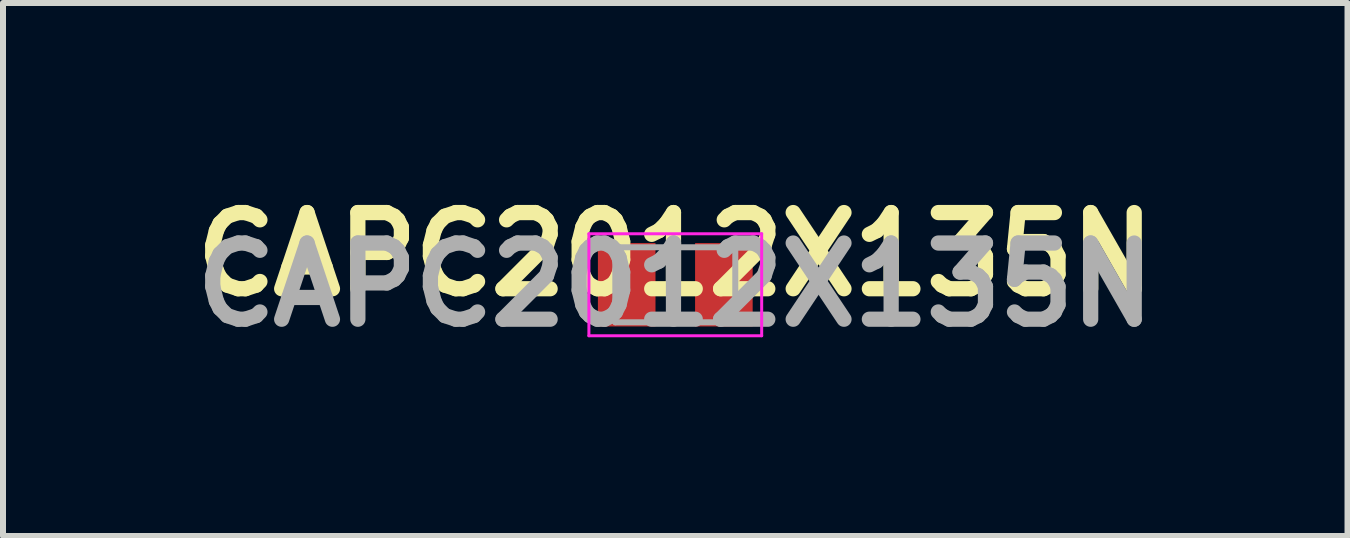
<source format=kicad_pcb>
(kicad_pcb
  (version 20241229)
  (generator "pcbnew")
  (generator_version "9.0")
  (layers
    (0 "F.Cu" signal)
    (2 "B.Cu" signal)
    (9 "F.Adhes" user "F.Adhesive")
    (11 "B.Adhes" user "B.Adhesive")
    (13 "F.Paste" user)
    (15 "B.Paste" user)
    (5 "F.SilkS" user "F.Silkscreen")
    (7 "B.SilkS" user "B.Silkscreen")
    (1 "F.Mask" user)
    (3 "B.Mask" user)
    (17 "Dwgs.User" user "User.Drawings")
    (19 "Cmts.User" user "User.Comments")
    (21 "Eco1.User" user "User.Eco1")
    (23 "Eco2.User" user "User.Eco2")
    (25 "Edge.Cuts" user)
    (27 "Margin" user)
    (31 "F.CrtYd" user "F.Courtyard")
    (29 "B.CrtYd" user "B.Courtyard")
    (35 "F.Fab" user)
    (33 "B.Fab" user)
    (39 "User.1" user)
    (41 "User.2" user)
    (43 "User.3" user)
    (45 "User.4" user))
  (footprint "CAPC2012X135N"
    (layer "F.Cu")
    (at 8.207 1.697)
    (property "Reference" "CAPC2012X135N" (at 0 -0.508 0) (layer "F.SilkS") (effects (font (size 1.27 1.27) (thickness 0.254))))
    (attr smd)
    (fp_line (start -1.44 -0.85) (end 1.44 -0.85) (stroke (width 0.05) (type solid)) (layer "F.CrtYd"))
    (fp_line (start -1.44 0.85) (end -1.44 -0.85) (stroke (width 0.05) (type solid)) (layer "F.CrtYd"))
    (fp_line (start 1.44 -0.85) (end 1.44 0.85) (stroke (width 0.05) (type solid)) (layer "F.CrtYd"))
    (fp_line (start 1.44 0.85) (end -1.44 0.85) (stroke (width 0.05) (type solid)) (layer "F.CrtYd"))
    (fp_line (start -1 -0.625) (end 1 -0.625) (stroke (width 0.1) (type solid)) (layer "F.Fab"))
    (fp_line (start -1 0.625) (end -1 -0.625) (stroke (width 0.1) (type solid)) (layer "F.Fab"))
    (fp_line (start 1 -0.625) (end 1 0.625) (stroke (width 0.1) (type solid)) (layer "F.Fab"))
    (fp_line (start 1 0.625) (end -1 0.625) (stroke (width 0.1) (type solid)) (layer "F.Fab"))
    (fp_text user "${REFERENCE}" (at 0 0 0) (layer "F.Fab") (effects (font (size 1.27 1.27) (thickness 0.254))))
    (pad "1" smd rect (at -0.81 0) (size 0.96 1.39) (layers "F.Cu" "F.Mask" "F.Paste"))
    (pad "2" smd rect (at 0.81 0) (size 0.96 1.39) (layers "F.Cu" "F.Mask" "F.Paste")))
  (gr_rect
    (start -3 -3)
    (end 19.413 5.885)
    (stroke (width 0.1) (type default))
    (fill no)
    (layer "Edge.Cuts")))
</source>
